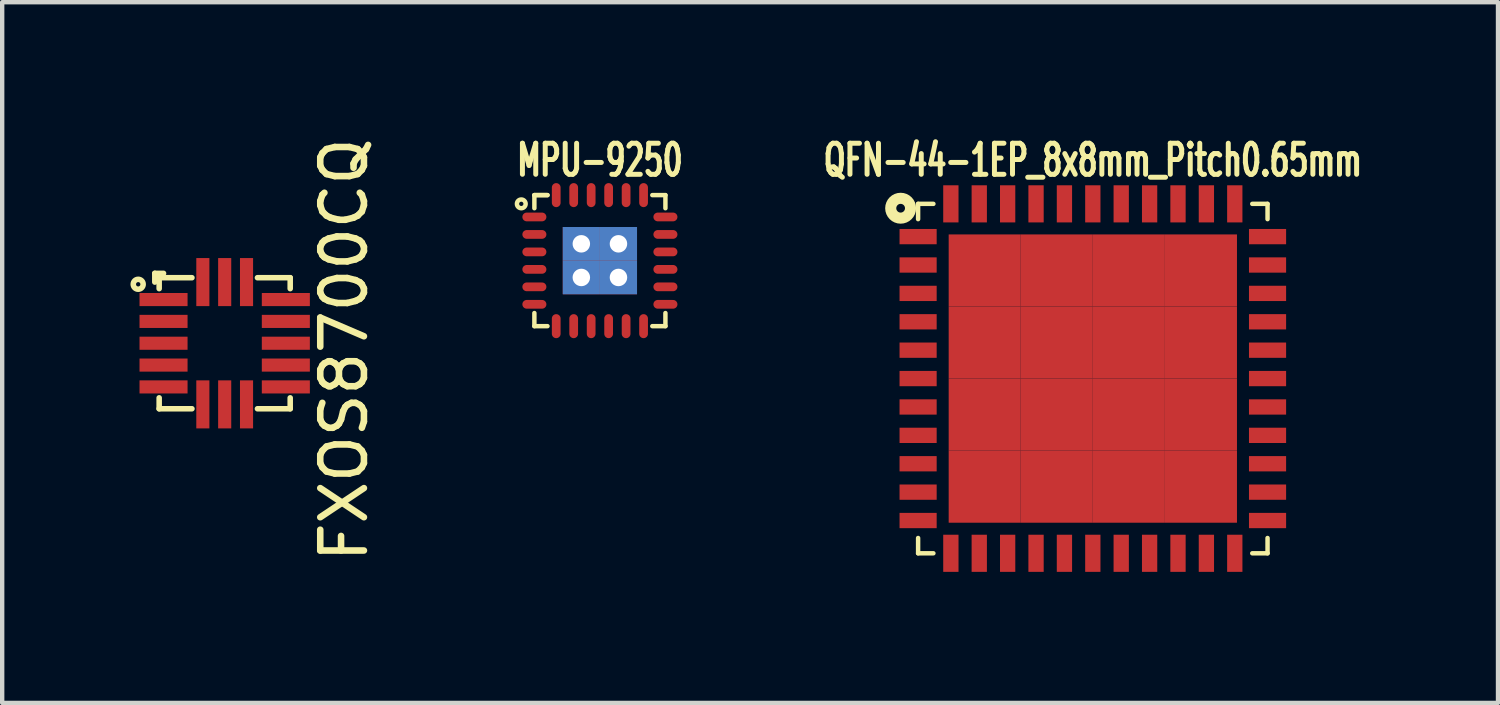
<source format=kicad_pcb>
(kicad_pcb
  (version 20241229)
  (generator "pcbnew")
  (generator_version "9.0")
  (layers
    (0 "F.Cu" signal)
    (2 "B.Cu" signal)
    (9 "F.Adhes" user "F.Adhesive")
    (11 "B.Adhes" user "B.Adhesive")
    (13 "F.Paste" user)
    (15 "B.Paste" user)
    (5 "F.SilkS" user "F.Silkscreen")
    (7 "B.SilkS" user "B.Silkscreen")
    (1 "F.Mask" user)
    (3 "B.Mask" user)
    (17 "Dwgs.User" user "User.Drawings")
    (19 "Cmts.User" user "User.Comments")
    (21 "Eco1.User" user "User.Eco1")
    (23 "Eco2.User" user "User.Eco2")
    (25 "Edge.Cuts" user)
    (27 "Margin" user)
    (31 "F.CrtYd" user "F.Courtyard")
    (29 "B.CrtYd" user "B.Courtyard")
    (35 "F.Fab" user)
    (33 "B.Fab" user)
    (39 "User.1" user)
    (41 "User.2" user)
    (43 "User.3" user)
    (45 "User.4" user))
  (footprint "FXOS8700CQ"
    (layer "F.Cu")
    (at 2.094 4.808)
    (property "Reference" "FXOS8700CQ" (at 2.733 0.15 90) (layer "F.SilkS") (effects (font (size 1 1) (thickness 0.15))))
    (attr through_hole)
    (fp_line (start -1.6 -1.6) (end -1.6 -1.4) (stroke (width 0.127) (type solid)) (layer "F.SilkS"))
    (fp_line (start -1.5 -1.5) (end -0.75 -1.5) (stroke (width 0.127) (type solid)) (layer "F.SilkS"))
    (fp_line (start -1.5 -1.25) (end -1.5 -1.5) (stroke (width 0.127) (type solid)) (layer "F.SilkS"))
    (fp_line (start -1.5 1.5) (end -1.5 1.25) (stroke (width 0.127) (type solid)) (layer "F.SilkS"))
    (fp_line (start -1.4 -1.6) (end -1.6 -1.6) (stroke (width 0.127) (type solid)) (layer "F.SilkS"))
    (fp_line (start -0.75 1.5) (end -1.5 1.5) (stroke (width 0.127) (type solid)) (layer "F.SilkS"))
    (fp_line (start 1.5 -1.5) (end 0.75 -1.5) (stroke (width 0.127) (type solid)) (layer "F.SilkS"))
    (fp_line (start 1.5 -1.5) (end 1.5 -1.25) (stroke (width 0.127) (type solid)) (layer "F.SilkS"))
    (fp_line (start 1.5 1.5) (end 0.75 1.5) (stroke (width 0.127) (type solid)) (layer "F.SilkS"))
    (fp_line (start 1.5 1.5) (end 1.5 1.25) (stroke (width 0.127) (type solid)) (layer "F.SilkS"))
    (fp_circle (center -1.98 -1.35) (end -1.93 -1.35) (stroke (width 0.127) (type solid)) (fill no) (layer "F.SilkS"))
    (pad "1" smd rect (at -1.4 -1) (size 1.1 0.3) (layers "F.Cu" "F.Mask" "F.Paste"))
    (pad "2" smd rect (at -1.4 -0.5) (size 1.1 0.3) (layers "F.Cu" "F.Mask" "F.Paste"))
    (pad "3" smd rect (at -1.4 0) (size 1.1 0.3) (layers "F.Cu" "F.Mask" "F.Paste"))
    (pad "4" smd rect (at -1.4 0.5) (size 1.1 0.3) (layers "F.Cu" "F.Mask" "F.Paste"))
    (pad "5" smd rect (at -1.4 1) (size 1.1 0.3) (layers "F.Cu" "F.Mask" "F.Paste"))
    (pad "6" smd rect (at -0.5 1.4 90) (size 1.1 0.3) (layers "F.Cu" "F.Mask" "F.Paste"))
    (pad "7" smd rect (at 0 1.4 90) (size 1.1 0.3) (layers "F.Cu" "F.Mask" "F.Paste"))
    (pad "8" smd rect (at 0.5 1.4 90) (size 1.1 0.3) (layers "F.Cu" "F.Mask" "F.Paste"))
    (pad "9" smd rect (at 1.4 1) (size 1.1 0.3) (layers "F.Cu" "F.Mask" "F.Paste"))
    (pad "10" smd rect (at 1.4 0.5) (size 1.1 0.3) (layers "F.Cu" "F.Mask" "F.Paste"))
    (pad "11" smd rect (at 1.4 0) (size 1.1 0.3) (layers "F.Cu" "F.Mask" "F.Paste"))
    (pad "12" smd rect (at 1.4 -0.5) (size 1.1 0.3) (layers "F.Cu" "F.Mask" "F.Paste"))
    (pad "13" smd rect (at 1.4 -1) (size 1.1 0.3) (layers "F.Cu" "F.Mask" "F.Paste"))
    (pad "14" smd rect (at 0.5 -1.4 90) (size 1.1 0.3) (layers "F.Cu" "F.Mask" "F.Paste"))
    (pad "15" smd rect (at 0 -1.4 90) (size 1.1 0.3) (layers "F.Cu" "F.Mask" "F.Paste"))
    (pad "16" smd rect (at -0.5 -1.4 90) (size 1.1 0.3) (layers "F.Cu" "F.Mask" "F.Paste")))
  (footprint "QFN-44-1EP_8x8mm_Pitch0.65mm"
    (layer "F.Cu")
    (at 21.969 5.617)
    (property "Reference" "QFN-44-1EP_8x8mm_Pitch0.65mm" (at 0 -5 0) (layer "F.SilkS") (effects (font (size 0.711 0.457) (thickness 0.114))))
    (attr smd)
    (fp_line (start -4 -4) (end -4 -3.65) (stroke (width 0.102) (type solid)) (layer "F.SilkS"))
    (fp_line (start -4 -4) (end -3.65 -4) (stroke (width 0.102) (type solid)) (layer "F.SilkS"))
    (fp_line (start -4 4) (end -4 3.65) (stroke (width 0.102) (type solid)) (layer "F.SilkS"))
    (fp_line (start -4 4) (end -3.65 4) (stroke (width 0.102) (type solid)) (layer "F.SilkS"))
    (fp_line (start 4 -4) (end 3.65 -4) (stroke (width 0.102) (type solid)) (layer "F.SilkS"))
    (fp_line (start 4 -4) (end 4 -3.65) (stroke (width 0.102) (type solid)) (layer "F.SilkS"))
    (fp_line (start 4 4) (end 3.65 4) (stroke (width 0.102) (type solid)) (layer "F.SilkS"))
    (fp_line (start 4 4) (end 4 3.65) (stroke (width 0.102) (type solid)) (layer "F.SilkS"))
    (fp_circle (center -4.4 -3.9) (end -4.4 -4) (stroke (width 0.254) (type solid)) (fill no) (layer "F.SilkS"))
    (pad "1" smd rect (at -4 -3.25) (size 0.85 0.35) (layers "F.Cu" "F.Mask" "F.Paste"))
    (pad "2" smd rect (at -4 -2.6) (size 0.85 0.35) (layers "F.Cu" "F.Mask" "F.Paste"))
    (pad "3" smd rect (at -4 -1.95) (size 0.85 0.35) (layers "F.Cu" "F.Mask" "F.Paste"))
    (pad "4" smd rect (at -4 -1.3) (size 0.85 0.35) (layers "F.Cu" "F.Mask" "F.Paste"))
    (pad "5" smd rect (at -4 -0.65) (size 0.85 0.35) (layers "F.Cu" "F.Mask" "F.Paste"))
    (pad "6" smd rect (at -4 0) (size 0.85 0.35) (layers "F.Cu" "F.Mask" "F.Paste"))
    (pad "7" smd rect (at -4 0.65) (size 0.85 0.35) (layers "F.Cu" "F.Mask" "F.Paste"))
    (pad "8" smd rect (at -4 1.3) (size 0.85 0.35) (layers "F.Cu" "F.Mask" "F.Paste"))
    (pad "9" smd rect (at -4 1.95) (size 0.85 0.35) (layers "F.Cu" "F.Mask" "F.Paste"))
    (pad "10" smd rect (at -4 2.6) (size 0.85 0.35) (layers "F.Cu" "F.Mask" "F.Paste"))
    (pad "11" smd rect (at -4 3.25) (size 0.85 0.35) (layers "F.Cu" "F.Mask" "F.Paste"))
    (pad "12" smd rect (at -3.25 4 90) (size 0.85 0.35) (layers "F.Cu" "F.Mask" "F.Paste"))
    (pad "13" smd rect (at -2.6 4 90) (size 0.85 0.35) (layers "F.Cu" "F.Mask" "F.Paste"))
    (pad "14" smd rect (at -1.95 4 90) (size 0.85 0.35) (layers "F.Cu" "F.Mask" "F.Paste"))
    (pad "15" smd rect (at -1.3 4 90) (size 0.85 0.35) (layers "F.Cu" "F.Mask" "F.Paste"))
    (pad "16" smd rect (at -0.65 4 90) (size 0.85 0.35) (layers "F.Cu" "F.Mask" "F.Paste"))
    (pad "17" smd rect (at 0 4 90) (size 0.85 0.35) (layers "F.Cu" "F.Mask" "F.Paste"))
    (pad "18" smd rect (at 0.65 4 90) (size 0.85 0.35) (layers "F.Cu" "F.Mask" "F.Paste"))
    (pad "19" smd rect (at 1.3 4 90) (size 0.85 0.35) (layers "F.Cu" "F.Mask" "F.Paste"))
    (pad "20" smd rect (at 1.95 4 90) (size 0.85 0.35) (layers "F.Cu" "F.Mask" "F.Paste"))
    (pad "21" smd rect (at 2.6 4 90) (size 0.85 0.35) (layers "F.Cu" "F.Mask" "F.Paste"))
    (pad "22" smd rect (at 3.25 4 90) (size 0.85 0.35) (layers "F.Cu" "F.Mask" "F.Paste"))
    (pad "23" smd rect (at 4 3.25) (size 0.85 0.35) (layers "F.Cu" "F.Mask" "F.Paste"))
    (pad "24" smd rect (at 4 2.6) (size 0.85 0.35) (layers "F.Cu" "F.Mask" "F.Paste"))
    (pad "25" smd rect (at 4 1.95) (size 0.85 0.35) (layers "F.Cu" "F.Mask" "F.Paste"))
    (pad "26" smd rect (at 4 1.3) (size 0.85 0.35) (layers "F.Cu" "F.Mask" "F.Paste"))
    (pad "27" smd rect (at 4 0.65) (size 0.85 0.35) (layers "F.Cu" "F.Mask" "F.Paste"))
    (pad "28" smd rect (at 4 0) (size 0.85 0.35) (layers "F.Cu" "F.Mask" "F.Paste"))
    (pad "29" smd rect (at 4 -0.65) (size 0.85 0.35) (layers "F.Cu" "F.Mask" "F.Paste"))
    (pad "30" smd rect (at 4 -1.3) (size 0.85 0.35) (layers "F.Cu" "F.Mask" "F.Paste"))
    (pad "31" smd rect (at 4 -1.95) (size 0.85 0.35) (layers "F.Cu" "F.Mask" "F.Paste"))
    (pad "32" smd rect (at 4 -2.6) (size 0.85 0.35) (layers "F.Cu" "F.Mask" "F.Paste"))
    (pad "33" smd rect (at 4 -3.25) (size 0.85 0.35) (layers "F.Cu" "F.Mask" "F.Paste"))
    (pad "34" smd rect (at 3.25 -4 90) (size 0.85 0.35) (layers "F.Cu" "F.Mask" "F.Paste"))
    (pad "35" smd rect (at 2.6 -4 90) (size 0.85 0.35) (layers "F.Cu" "F.Mask" "F.Paste"))
    (pad "36" smd rect (at 1.95 -4 90) (size 0.85 0.35) (layers "F.Cu" "F.Mask" "F.Paste"))
    (pad "37" smd rect (at 1.3 -4 90) (size 0.85 0.35) (layers "F.Cu" "F.Mask" "F.Paste"))
    (pad "38" smd rect (at 0.65 -4 90) (size 0.85 0.35) (layers "F.Cu" "F.Mask" "F.Paste"))
    (pad "39" smd rect (at 0 -4 90) (size 0.85 0.35) (layers "F.Cu" "F.Mask" "F.Paste"))
    (pad "40" smd rect (at -0.65 -4 90) (size 0.85 0.35) (layers "F.Cu" "F.Mask" "F.Paste"))
    (pad "41" smd rect (at -1.3 -4 90) (size 0.85 0.35) (layers "F.Cu" "F.Mask" "F.Paste"))
    (pad "42" smd rect (at -1.95 -4 90) (size 0.85 0.35) (layers "F.Cu" "F.Mask" "F.Paste"))
    (pad "43" smd rect (at -2.6 -4 90) (size 0.85 0.35) (layers "F.Cu" "F.Mask" "F.Paste"))
    (pad "44" smd rect (at -3.25 -4 90) (size 0.85 0.35) (layers "F.Cu" "F.Mask" "F.Paste"))
    (pad "45" smd rect (at -2.475 -2.475) (size 1.65 1.65) (layers "F.Cu" "F.Mask" "F.Paste"))
    (pad "45" smd rect (at -2.475 -0.825) (size 1.65 1.65) (layers "F.Cu" "F.Mask" "F.Paste"))
    (pad "45" smd rect (at -2.475 0.825) (size 1.65 1.65) (layers "F.Cu" "F.Mask" "F.Paste"))
    (pad "45" smd rect (at -2.475 2.475) (size 1.65 1.65) (layers "F.Cu" "F.Mask" "F.Paste"))
    (pad "45" smd rect (at -0.825 -2.475) (size 1.65 1.65) (layers "F.Cu" "F.Mask" "F.Paste"))
    (pad "45" smd rect (at -0.825 -0.825) (size 1.65 1.65) (layers "F.Cu" "F.Mask" "F.Paste"))
    (pad "45" smd rect (at -0.825 0.825) (size 1.65 1.65) (layers "F.Cu" "F.Mask" "F.Paste"))
    (pad "45" smd rect (at -0.825 2.475) (size 1.65 1.65) (layers "F.Cu" "F.Mask" "F.Paste"))
    (pad "45" smd rect (at 0.825 -2.475) (size 1.65 1.65) (layers "F.Cu" "F.Mask" "F.Paste"))
    (pad "45" smd rect (at 0.825 -0.825) (size 1.65 1.65) (layers "F.Cu" "F.Mask" "F.Paste"))
    (pad "45" smd rect (at 0.825 0.825) (size 1.65 1.65) (layers "F.Cu" "F.Mask" "F.Paste"))
    (pad "45" smd rect (at 0.825 2.475) (size 1.65 1.65) (layers "F.Cu" "F.Mask" "F.Paste"))
    (pad "45" smd rect (at 2.475 -2.475) (size 1.65 1.65) (layers "F.Cu" "F.Mask" "F.Paste"))
    (pad "45" smd rect (at 2.475 -0.825) (size 1.65 1.65) (layers "F.Cu" "F.Mask" "F.Paste"))
    (pad "45" smd rect (at 2.475 0.825) (size 1.65 1.65) (layers "F.Cu" "F.Mask" "F.Paste"))
    (pad "45" smd rect (at 2.475 2.475) (size 1.65 1.65) (layers "F.Cu" "F.Mask" "F.Paste")))
  (footprint "MPU-9250"
    (layer "F.Cu")
    (at 10.684 2.917)
    (property "Reference" "MPU-9250" (at 0 -2.3 0) (layer "F.SilkS") (effects (font (size 0.711 0.457) (thickness 0.114))))
    (attr smd)
    (fp_line (start -1.5 -1.5) (end -1.5 -1.2) (stroke (width 0.102) (type solid)) (layer "F.SilkS"))
    (fp_line (start -1.5 -1.5) (end -1.2 -1.5) (stroke (width 0.102) (type solid)) (layer "F.SilkS"))
    (fp_line (start -1.5 1.5) (end -1.5 1.2) (stroke (width 0.102) (type solid)) (layer "F.SilkS"))
    (fp_line (start -1.5 1.5) (end -1.2 1.5) (stroke (width 0.102) (type solid)) (layer "F.SilkS"))
    (fp_line (start -1.2 -1.5) (end -1.5 -1.5) (stroke (width 0.102) (type solid)) (layer "F.SilkS"))
    (fp_line (start 1.5 -1.5) (end 1.2 -1.5) (stroke (width 0.102) (type solid)) (layer "F.SilkS"))
    (fp_line (start 1.5 -1.5) (end 1.5 -1.2) (stroke (width 0.102) (type solid)) (layer "F.SilkS"))
    (fp_line (start 1.5 1.5) (end 1.2 1.5) (stroke (width 0.102) (type solid)) (layer "F.SilkS"))
    (fp_line (start 1.5 1.5) (end 1.5 1.2) (stroke (width 0.102) (type solid)) (layer "F.SilkS"))
    (fp_circle (center -1.8 -1.3) (end -1.8 -1.4) (stroke (width 0.102) (type solid)) (fill no) (layer "F.SilkS"))
    (pad "1" smd oval (at -1.5 -1 90) (size 0.2 0.55) (layers "F.Cu" "F.Mask" "F.Paste"))
    (pad "2" smd oval (at -1.5 -0.6 90) (size 0.2 0.55) (layers "F.Cu" "F.Mask" "F.Paste"))
    (pad "3" smd oval (at -1.5 -0.2 90) (size 0.2 0.55) (layers "F.Cu" "F.Mask" "F.Paste"))
    (pad "4" smd oval (at -1.5 0.2 90) (size 0.2 0.55) (layers "F.Cu" "F.Mask" "F.Paste"))
    (pad "5" smd oval (at -1.5 0.6 90) (size 0.2 0.55) (layers "F.Cu" "F.Mask" "F.Paste"))
    (pad "6" smd oval (at -1.5 1 90) (size 0.2 0.55) (layers "F.Cu" "F.Mask" "F.Paste"))
    (pad "7" smd oval (at -1 1.5) (size 0.2 0.55) (layers "F.Cu" "F.Mask" "F.Paste"))
    (pad "8" smd oval (at -0.6 1.5) (size 0.2 0.55) (layers "F.Cu" "F.Mask" "F.Paste"))
    (pad "9" smd oval (at -0.2 1.5) (size 0.2 0.55) (layers "F.Cu" "F.Mask" "F.Paste"))
    (pad "10" smd oval (at 0.2 1.5) (size 0.2 0.55) (layers "F.Cu" "F.Mask" "F.Paste"))
    (pad "11" smd oval (at 0.6 1.5) (size 0.2 0.55) (layers "F.Cu" "F.Mask" "F.Paste"))
    (pad "12" smd oval (at 1 1.5) (size 0.2 0.55) (layers "F.Cu" "F.Mask" "F.Paste"))
    (pad "13" smd oval (at 1.5 1 90) (size 0.2 0.55) (layers "F.Cu" "F.Mask" "F.Paste"))
    (pad "14" smd oval (at 1.5 0.6 90) (size 0.2 0.55) (layers "F.Cu" "F.Mask" "F.Paste"))
    (pad "15" smd oval (at 1.5 0.2 90) (size 0.2 0.55) (layers "F.Cu" "F.Mask" "F.Paste"))
    (pad "16" smd oval (at 1.5 -0.2 90) (size 0.2 0.55) (layers "F.Cu" "F.Mask" "F.Paste"))
    (pad "17" smd oval (at 1.5 -0.6 90) (size 0.2 0.55) (layers "F.Cu" "F.Mask" "F.Paste"))
    (pad "18" smd oval (at 1.5 -1 90) (size 0.2 0.55) (layers "F.Cu" "F.Mask" "F.Paste"))
    (pad "19" smd oval (at 1 -1.5) (size 0.2 0.55) (layers "F.Cu" "F.Mask" "F.Paste"))
    (pad "20" smd oval (at 0.6 -1.5) (size 0.2 0.55) (layers "F.Cu" "F.Mask" "F.Paste"))
    (pad "21" smd oval (at 0.2 -1.5) (size 0.2 0.55) (layers "F.Cu" "F.Mask" "F.Paste"))
    (pad "22" smd oval (at -0.2 -1.5) (size 0.2 0.55) (layers "F.Cu" "F.Mask" "F.Paste"))
    (pad "23" smd oval (at -0.6 -1.5) (size 0.2 0.55) (layers "F.Cu" "F.Mask" "F.Paste"))
    (pad "24" smd oval (at -1 -1.5) (size 0.2 0.55) (layers "F.Cu" "F.Mask" "F.Paste"))
    (pad "25" thru_hole rect (at -0.425 -0.385) (size 0.85 0.77) (drill 0.4) (layers "*.Cu" "*.Mask" "F.Paste"))
    (pad "25" thru_hole rect (at -0.425 0.385) (size 0.85 0.77) (drill 0.4) (layers "*.Cu" "*.Mask" "F.Paste"))
    (pad "25" thru_hole rect (at 0.425 -0.385) (size 0.85 0.77) (drill 0.4) (layers "*.Cu" "*.Mask" "F.Paste"))
    (pad "25" thru_hole rect (at 0.425 0.385) (size 0.85 0.77) (drill 0.4) (layers "*.Cu" "*.Mask" "F.Paste")))
  (gr_rect
    (start -3 -3)
    (end 31.245 13.042)
    (stroke (width 0.1) (type default))
    (fill no)
    (layer "Edge.Cuts")))
</source>
